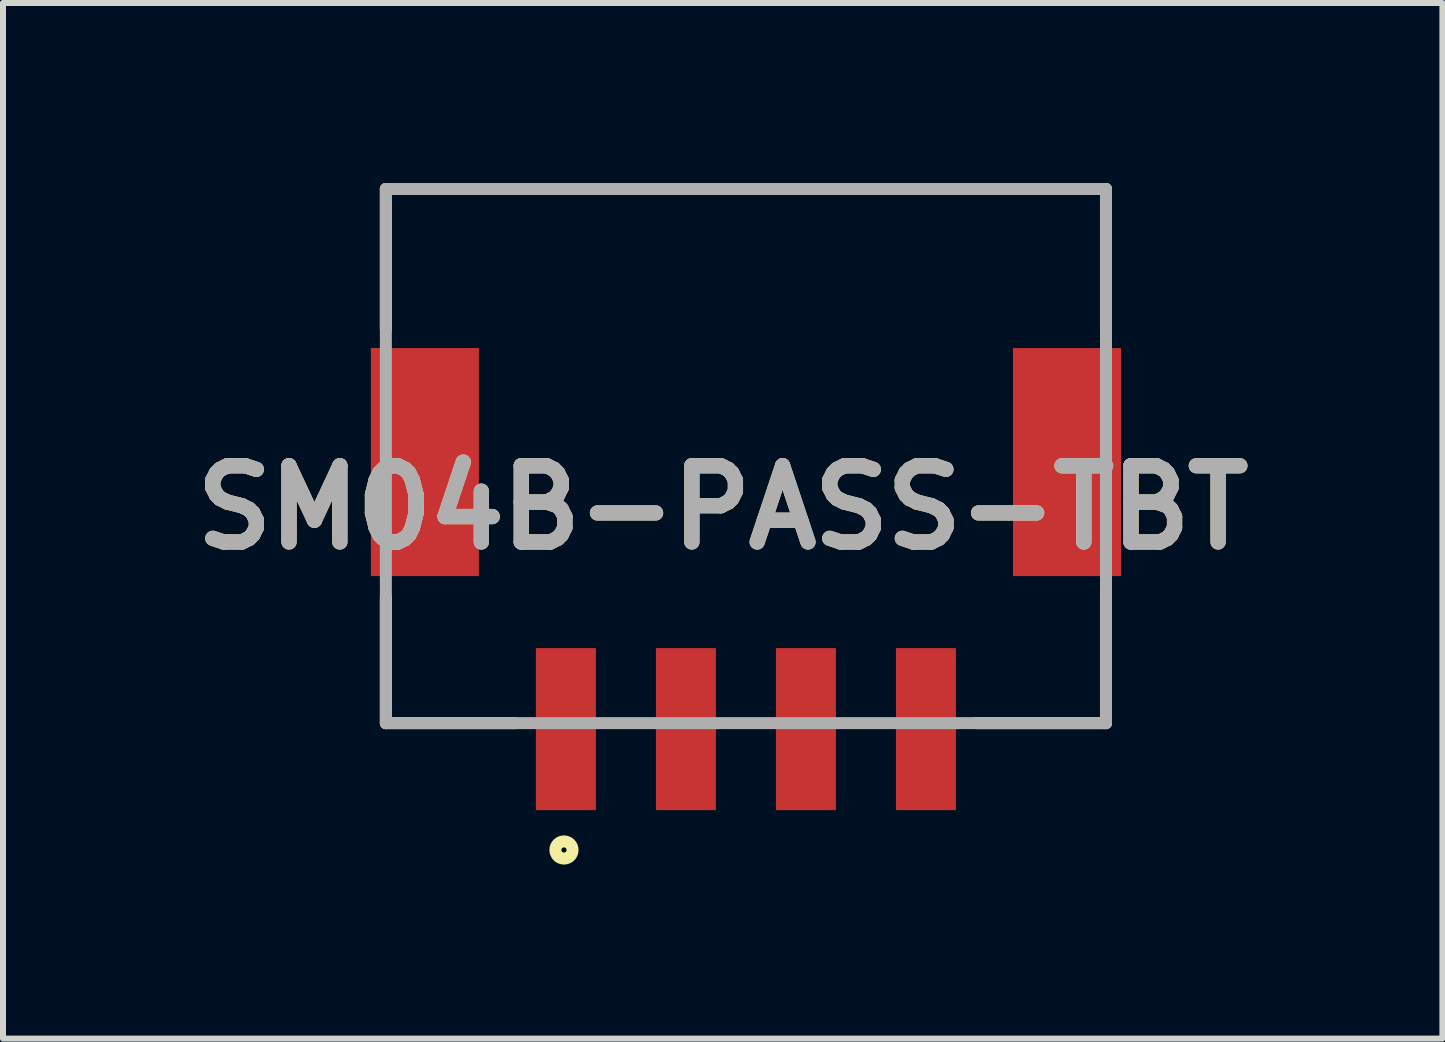
<source format=kicad_pcb>
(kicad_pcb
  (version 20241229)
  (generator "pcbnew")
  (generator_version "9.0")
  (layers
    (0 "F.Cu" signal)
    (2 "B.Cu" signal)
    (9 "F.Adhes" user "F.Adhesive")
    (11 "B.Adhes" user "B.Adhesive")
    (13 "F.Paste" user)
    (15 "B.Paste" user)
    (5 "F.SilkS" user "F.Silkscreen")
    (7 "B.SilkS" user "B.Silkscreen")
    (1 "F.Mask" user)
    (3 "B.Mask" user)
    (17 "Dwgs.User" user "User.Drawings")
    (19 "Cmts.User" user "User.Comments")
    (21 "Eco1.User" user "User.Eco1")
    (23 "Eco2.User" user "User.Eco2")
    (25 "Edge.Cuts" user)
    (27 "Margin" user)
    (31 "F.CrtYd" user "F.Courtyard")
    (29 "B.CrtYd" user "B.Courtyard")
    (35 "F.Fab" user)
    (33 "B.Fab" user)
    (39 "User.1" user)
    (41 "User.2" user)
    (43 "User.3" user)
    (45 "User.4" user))
  (footprint "SM04B-PASS-TBT"
    (layer "F.Cu")
    (at 9.38 9)
    (property "Reference" "SM04B-PASS-TBT" (at -0.387 -3.593 0) (layer "F.SilkS") (effects (font (size 1.27 1.27) (thickness 0.254))))
    (attr smd)
    (fp_line (start -6 -8.9) (end -6 -6.562) (stroke (width 0.2) (type solid)) (layer "F.SilkS"))
    (fp_line (start -6 -8.9) (end 6 -8.9) (stroke (width 0.2) (type solid)) (layer "F.SilkS"))
    (fp_line (start -6 0) (end -6 -2.1) (stroke (width 0.2) (type solid)) (layer "F.SilkS"))
    (fp_line (start -6 0) (end -3.847 0) (stroke (width 0.2) (type solid)) (layer "F.SilkS"))
    (fp_line (start 6 -8.9) (end 6 -6.562) (stroke (width 0.2) (type solid)) (layer "F.SilkS"))
    (fp_line (start 6 0) (end 3.847 0) (stroke (width 0.2) (type solid)) (layer "F.SilkS"))
    (fp_line (start 6 0) (end 6 -2.1) (stroke (width 0.2) (type solid)) (layer "F.SilkS"))
    (fp_circle (center -3.032 2.114) (end -3.032 2.157) (stroke (width 0.2) (type solid)) (fill no) (layer "F.SilkS"))
    (fp_line (start -6 -8.9) (end 6 -8.9) (stroke (width 0.2) (type solid)) (layer "F.Fab"))
    (fp_line (start -6 0) (end -6 -8.9) (stroke (width 0.2) (type solid)) (layer "F.Fab"))
    (fp_line (start 6 -8.9) (end 6 0) (stroke (width 0.2) (type solid)) (layer "F.Fab"))
    (fp_line (start 6 0) (end -6 0) (stroke (width 0.2) (type solid)) (layer "F.Fab"))
    (fp_text user "${REFERENCE}" (at -0.387 -3.593 0) (layer "F.Fab") (effects (font (size 1.27 1.27) (thickness 0.254))))
    (pad "1" smd rect (at -3 0.1) (size 1 2.7) (layers "F.Cu" "F.Mask" "F.Paste"))
    (pad "2" smd rect (at -1 0.1) (size 1 2.7) (layers "F.Cu" "F.Mask" "F.Paste"))
    (pad "3" smd rect (at 1 0.1) (size 1 2.7) (layers "F.Cu" "F.Mask" "F.Paste"))
    (pad "4" smd rect (at 3 0.1) (size 1 2.7) (layers "F.Cu" "F.Mask" "F.Paste"))
    (pad "5" smd rect (at -5.35 -4.35) (size 1.8 3.8) (layers "F.Cu" "F.Mask" "F.Paste"))
    (pad "6" smd rect (at 5.35 -4.35) (size 1.8 3.8) (layers "F.Cu" "F.Mask" "F.Paste")))
  (gr_rect
    (start -3 -3)
    (end 20.986 14.257)
    (stroke (width 0.1) (type default))
    (fill no)
    (layer "Edge.Cuts")))
</source>
